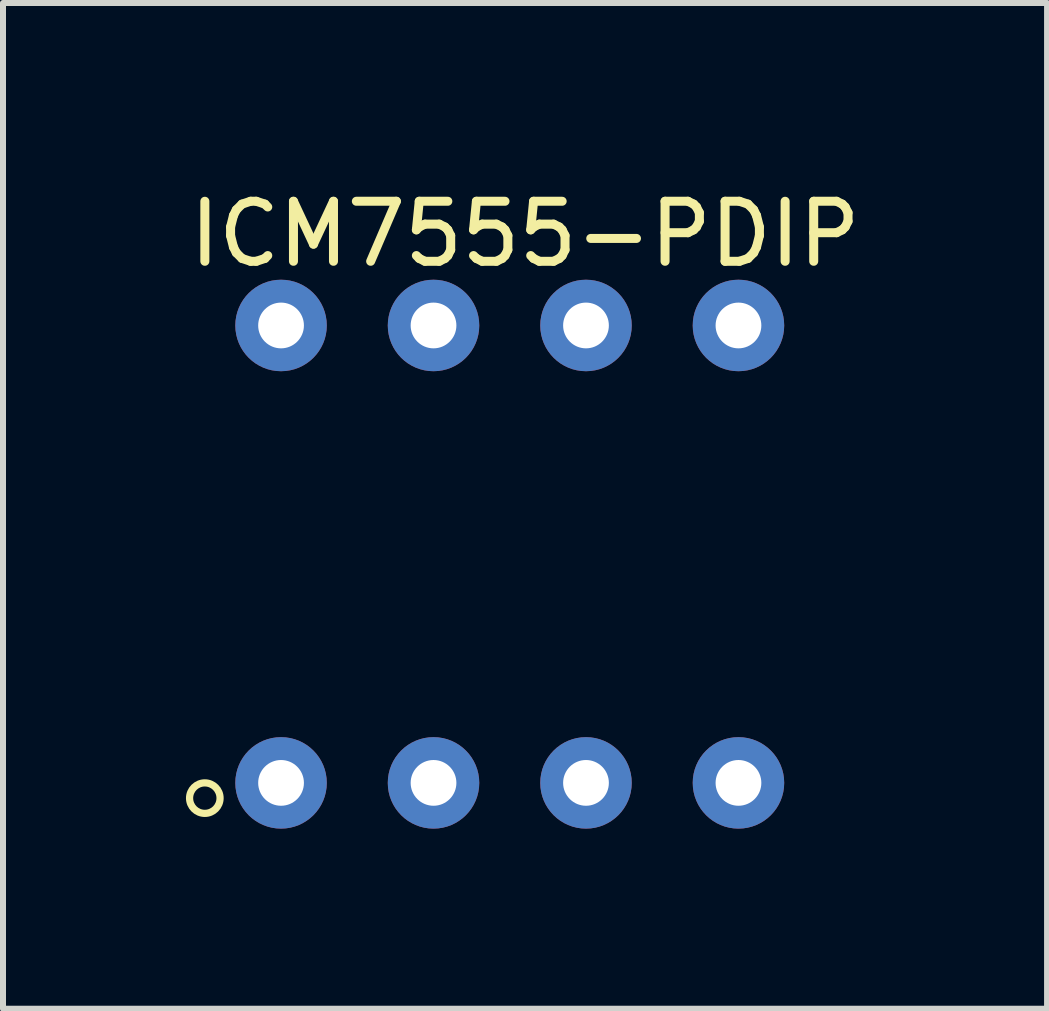
<source format=kicad_pcb>
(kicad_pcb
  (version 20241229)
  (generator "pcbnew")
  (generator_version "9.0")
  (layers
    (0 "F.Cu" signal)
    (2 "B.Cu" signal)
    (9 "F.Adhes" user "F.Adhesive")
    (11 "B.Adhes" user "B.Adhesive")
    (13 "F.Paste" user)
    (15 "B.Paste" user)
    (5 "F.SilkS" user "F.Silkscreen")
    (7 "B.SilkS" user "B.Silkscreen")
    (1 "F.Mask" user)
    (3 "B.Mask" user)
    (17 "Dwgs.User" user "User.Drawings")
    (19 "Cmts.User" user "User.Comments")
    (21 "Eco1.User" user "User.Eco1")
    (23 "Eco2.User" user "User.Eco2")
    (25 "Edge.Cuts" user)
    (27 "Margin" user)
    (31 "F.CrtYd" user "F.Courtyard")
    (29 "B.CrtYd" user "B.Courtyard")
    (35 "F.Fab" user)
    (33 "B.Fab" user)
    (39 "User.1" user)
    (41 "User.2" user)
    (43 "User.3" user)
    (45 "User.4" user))
  (footprint "ICM7555-PDIP"
    (layer "F.Cu")
    (at 5.442 6.182)
    (property "Reference" "ICM7555-PDIP" (at 0.254 -5.334 0) (layer "F.SilkS") (effects (font (size 1 1) (thickness 0.15))))
    (attr through_hole)
    (fp_line (start -5.08 -3.556) (end 5.08 -3.556) (stroke (width 0.000203) (type solid)) (layer "F.SilkS"))
    (fp_line (start -5.08 3.556) (end -5.08 -3.556) (stroke (width 0.000102) (type solid)) (layer "F.SilkS"))
    (fp_line (start -5.08 3.556) (end -5.08 -3.556) (stroke (width 0.000203) (type solid)) (layer "F.SilkS"))
    (fp_line (start 5.08 -3.556) (end 5.08 3.556) (stroke (width 0.000203) (type solid)) (layer "F.SilkS"))
    (fp_line (start 5.08 3.556) (end -5.08 3.556) (stroke (width 0.000203) (type solid)) (layer "F.SilkS"))
    (fp_circle (center -5.08 4.064) (end -5.08 3.81) (stroke (width 0.12) (type solid)) (fill no) (layer "F.SilkS"))
    (fp_line (start 5.08 -3.556) (end -5.08 -3.556) (stroke (width 0.000102) (type solid)) (layer "F.Fab"))
    (fp_line (start 5.08 3.556) (end -5.08 3.556) (stroke (width 0.000102) (type solid)) (layer "F.Fab"))
    (fp_line (start 5.08 3.556) (end 5.08 -3.556) (stroke (width 0.000102) (type solid)) (layer "F.Fab"))
    (fp_line (start 5.08 3.556) (end 5.08 -3.556) (stroke (width 0.000102) (type solid)) (layer "F.Fab"))
    (fp_arc (start -5.08 -1.524) (mid -3.556 0) (end -5.08 1.524) (stroke (width 0.000102) (type solid)) (layer "F.Fab"))
    (pad "1" thru_hole circle (at -3.81 3.81) (size 1.524 1.524) (drill 0.762) (layers "*.Cu" "*.Mask"))
    (pad "2" thru_hole circle (at -1.27 3.81) (size 1.524 1.524) (drill 0.762) (layers "*.Cu" "*.Mask"))
    (pad "3" thru_hole circle (at 1.27 3.81) (size 1.524 1.524) (drill 0.762) (layers "*.Cu" "*.Mask"))
    (pad "4" thru_hole circle (at 3.81 3.81) (size 1.524 1.524) (drill 0.762) (layers "*.Cu" "*.Mask"))
    (pad "5" thru_hole circle (at 3.81 -3.81) (size 1.524 1.524) (drill 0.762) (layers "*.Cu" "*.Mask"))
    (pad "6" thru_hole circle (at 1.27 -3.81) (size 1.524 1.524) (drill 0.762) (layers "*.Cu" "*.Mask"))
    (pad "7" thru_hole circle (at -1.27 -3.81) (size 1.524 1.524) (drill 0.762) (layers "*.Cu" "*.Mask"))
    (pad "8" thru_hole circle (at -3.81 -3.81) (size 1.524 1.524) (drill 0.762) (layers "*.Cu" "*.Mask")))
  (gr_rect
    (start -3 -3)
    (end 14.393 13.754)
    (stroke (width 0.1) (type default))
    (fill no)
    (layer "Edge.Cuts")))
</source>
